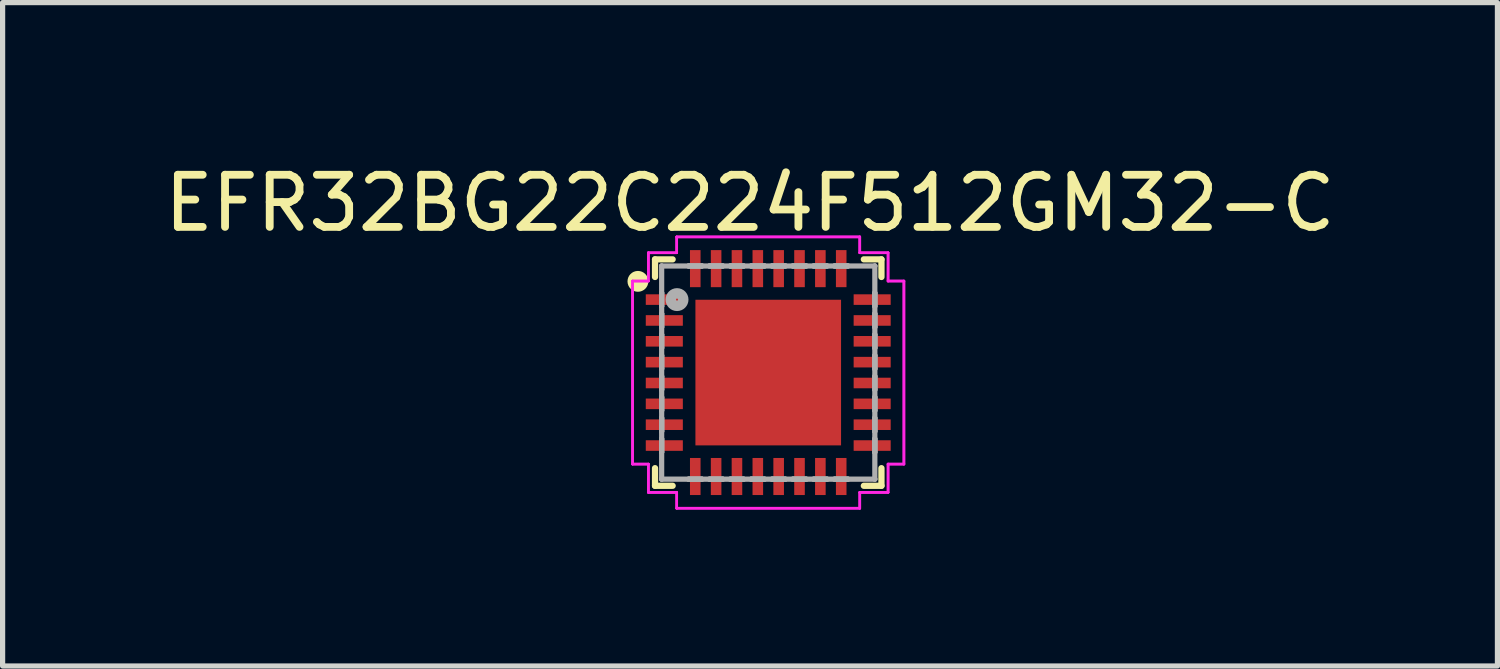
<source format=kicad_pcb>
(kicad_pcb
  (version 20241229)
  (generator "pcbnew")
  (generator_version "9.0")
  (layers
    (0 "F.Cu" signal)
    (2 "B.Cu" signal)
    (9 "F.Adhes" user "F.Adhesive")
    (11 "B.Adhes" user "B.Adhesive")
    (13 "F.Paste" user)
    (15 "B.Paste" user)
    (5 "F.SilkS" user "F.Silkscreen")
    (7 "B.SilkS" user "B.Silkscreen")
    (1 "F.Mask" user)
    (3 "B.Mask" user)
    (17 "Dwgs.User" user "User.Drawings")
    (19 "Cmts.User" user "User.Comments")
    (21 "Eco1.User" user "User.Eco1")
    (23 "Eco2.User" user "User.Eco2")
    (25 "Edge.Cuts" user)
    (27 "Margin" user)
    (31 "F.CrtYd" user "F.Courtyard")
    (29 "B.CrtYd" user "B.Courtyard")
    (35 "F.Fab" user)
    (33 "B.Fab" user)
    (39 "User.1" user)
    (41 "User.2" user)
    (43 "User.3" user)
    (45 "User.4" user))
  (footprint "EFR32BG22C224F512GM32-C"
    (layer "F.Cu")
    (at 11.689 4.098)
    (property "Reference" "EFR32BG22C224F512GM32-C" (at -0.35 -3.25 0) (layer "F.SilkS") (effects (font (size 1 1) (thickness 0.15))))
    (attr through_hole)
    (fp_line (start -2.172 -2.172) (end -2.172 -1.834) (stroke (width 0.12) (type solid)) (layer "F.SilkS"))
    (fp_line (start -2.172 1.834) (end -2.172 2.172) (stroke (width 0.12) (type solid)) (layer "F.SilkS"))
    (fp_line (start -2.172 2.172) (end -1.834 2.172) (stroke (width 0.12) (type solid)) (layer "F.SilkS"))
    (fp_line (start -1.834 -2.172) (end -2.172 -2.172) (stroke (width 0.12) (type solid)) (layer "F.SilkS"))
    (fp_line (start 1.834 2.172) (end 2.172 2.172) (stroke (width 0.12) (type solid)) (layer "F.SilkS"))
    (fp_line (start 2.172 -2.172) (end 1.834 -2.172) (stroke (width 0.12) (type solid)) (layer "F.SilkS"))
    (fp_line (start 2.172 -1.834) (end 2.172 -2.172) (stroke (width 0.12) (type solid)) (layer "F.SilkS"))
    (fp_line (start 2.172 2.172) (end 2.172 1.834) (stroke (width 0.12) (type solid)) (layer "F.SilkS"))
    (fp_circle (center -2.5 -1.75) (end -2.4 -1.75) (stroke (width 0.2) (type default)) (fill no) (layer "F.SilkS"))
    (fp_poly (pts (xy -1.297 -1.297) (xy -1.297 -0.1) (xy -0.1 -0.1) (xy -0.1 -1.297)) (stroke (width 0.1) (type solid)) (fill yes) (layer "F.Paste"))
    (fp_poly (pts (xy -1.297 0.1) (xy -1.297 1.297) (xy -0.1 1.297) (xy -0.1 0.1)) (stroke (width 0.1) (type solid)) (fill yes) (layer "F.Paste"))
    (fp_poly (pts (xy 0.1 -1.297) (xy 0.1 -0.1) (xy 1.297 -0.1) (xy 1.297 -1.297)) (stroke (width 0.1) (type solid)) (fill yes) (layer "F.Paste"))
    (fp_poly (pts (xy 0.1 0.1) (xy 0.1 1.297) (xy 1.297 1.297) (xy 1.297 0.1)) (stroke (width 0.1) (type solid)) (fill yes) (layer "F.Paste"))
    (fp_line (start -2.603 -1.756) (end -2.299 -1.756) (stroke (width 0.05) (type solid)) (layer "F.CrtYd"))
    (fp_line (start -2.603 -1.756) (end -2.299 -1.756) (stroke (width 0.05) (type solid)) (layer "F.CrtYd"))
    (fp_line (start -2.603 1.756) (end -2.603 -1.756) (stroke (width 0.05) (type solid)) (layer "F.CrtYd"))
    (fp_line (start -2.603 1.756) (end -2.603 -1.756) (stroke (width 0.05) (type solid)) (layer "F.CrtYd"))
    (fp_line (start -2.299 -2.299) (end -1.756 -2.299) (stroke (width 0.05) (type solid)) (layer "F.CrtYd"))
    (fp_line (start -2.299 -2.299) (end -1.756 -2.299) (stroke (width 0.05) (type solid)) (layer "F.CrtYd"))
    (fp_line (start -2.299 -1.756) (end -2.299 -2.299) (stroke (width 0.05) (type solid)) (layer "F.CrtYd"))
    (fp_line (start -2.299 -1.756) (end -2.299 -2.299) (stroke (width 0.05) (type solid)) (layer "F.CrtYd"))
    (fp_line (start -2.299 1.756) (end -2.603 1.756) (stroke (width 0.05) (type solid)) (layer "F.CrtYd"))
    (fp_line (start -2.299 1.756) (end -2.603 1.756) (stroke (width 0.05) (type solid)) (layer "F.CrtYd"))
    (fp_line (start -2.299 2.299) (end -2.299 1.756) (stroke (width 0.05) (type solid)) (layer "F.CrtYd"))
    (fp_line (start -2.299 2.299) (end -2.299 1.756) (stroke (width 0.05) (type solid)) (layer "F.CrtYd"))
    (fp_line (start -1.756 -2.603) (end 1.756 -2.603) (stroke (width 0.05) (type solid)) (layer "F.CrtYd"))
    (fp_line (start -1.756 -2.603) (end 1.756 -2.603) (stroke (width 0.05) (type solid)) (layer "F.CrtYd"))
    (fp_line (start -1.756 -2.299) (end -1.756 -2.603) (stroke (width 0.05) (type solid)) (layer "F.CrtYd"))
    (fp_line (start -1.756 -2.299) (end -1.756 -2.603) (stroke (width 0.05) (type solid)) (layer "F.CrtYd"))
    (fp_line (start -1.756 2.299) (end -2.299 2.299) (stroke (width 0.05) (type solid)) (layer "F.CrtYd"))
    (fp_line (start -1.756 2.299) (end -2.299 2.299) (stroke (width 0.05) (type solid)) (layer "F.CrtYd"))
    (fp_line (start -1.756 2.603) (end -1.756 2.299) (stroke (width 0.05) (type solid)) (layer "F.CrtYd"))
    (fp_line (start -1.756 2.603) (end -1.756 2.299) (stroke (width 0.05) (type solid)) (layer "F.CrtYd"))
    (fp_line (start 1.756 -2.603) (end 1.756 -2.299) (stroke (width 0.05) (type solid)) (layer "F.CrtYd"))
    (fp_line (start 1.756 -2.603) (end 1.756 -2.299) (stroke (width 0.05) (type solid)) (layer "F.CrtYd"))
    (fp_line (start 1.756 -2.299) (end 2.299 -2.299) (stroke (width 0.05) (type solid)) (layer "F.CrtYd"))
    (fp_line (start 1.756 -2.299) (end 2.299 -2.299) (stroke (width 0.05) (type solid)) (layer "F.CrtYd"))
    (fp_line (start 1.756 2.299) (end 1.756 2.603) (stroke (width 0.05) (type solid)) (layer "F.CrtYd"))
    (fp_line (start 1.756 2.299) (end 1.756 2.603) (stroke (width 0.05) (type solid)) (layer "F.CrtYd"))
    (fp_line (start 1.756 2.603) (end -1.756 2.603) (stroke (width 0.05) (type solid)) (layer "F.CrtYd"))
    (fp_line (start 1.756 2.603) (end -1.756 2.603) (stroke (width 0.05) (type solid)) (layer "F.CrtYd"))
    (fp_line (start 2.299 -2.299) (end 2.299 -1.756) (stroke (width 0.05) (type solid)) (layer "F.CrtYd"))
    (fp_line (start 2.299 -2.299) (end 2.299 -1.756) (stroke (width 0.05) (type solid)) (layer "F.CrtYd"))
    (fp_line (start 2.299 -1.756) (end 2.603 -1.756) (stroke (width 0.05) (type solid)) (layer "F.CrtYd"))
    (fp_line (start 2.299 -1.756) (end 2.603 -1.756) (stroke (width 0.05) (type solid)) (layer "F.CrtYd"))
    (fp_line (start 2.299 1.756) (end 2.299 2.299) (stroke (width 0.05) (type solid)) (layer "F.CrtYd"))
    (fp_line (start 2.299 1.756) (end 2.299 2.299) (stroke (width 0.05) (type solid)) (layer "F.CrtYd"))
    (fp_line (start 2.299 2.299) (end 1.756 2.299) (stroke (width 0.05) (type solid)) (layer "F.CrtYd"))
    (fp_line (start 2.299 2.299) (end 1.756 2.299) (stroke (width 0.05) (type solid)) (layer "F.CrtYd"))
    (fp_line (start 2.603 -1.756) (end 2.603 1.756) (stroke (width 0.05) (type solid)) (layer "F.CrtYd"))
    (fp_line (start 2.603 -1.756) (end 2.603 1.756) (stroke (width 0.05) (type solid)) (layer "F.CrtYd"))
    (fp_line (start 2.603 1.756) (end 2.299 1.756) (stroke (width 0.05) (type solid)) (layer "F.CrtYd"))
    (fp_line (start 2.603 1.756) (end 2.299 1.756) (stroke (width 0.05) (type solid)) (layer "F.CrtYd"))
    (fp_line (start -2.045 -2.045) (end -2.045 -2.045) (stroke (width 0.1) (type solid)) (layer "F.Fab"))
    (fp_line (start -2.045 -2.045) (end -2.045 2.045) (stroke (width 0.1) (type solid)) (layer "F.Fab"))
    (fp_line (start -2.045 -1.527) (end -2.045 -1.527) (stroke (width 0.1) (type solid)) (layer "F.Fab"))
    (fp_line (start -2.045 -1.527) (end -2.045 -1.273) (stroke (width 0.1) (type solid)) (layer "F.Fab"))
    (fp_line (start -2.045 -1.273) (end -2.045 -1.527) (stroke (width 0.1) (type solid)) (layer "F.Fab"))
    (fp_line (start -2.045 -1.273) (end -2.045 -1.273) (stroke (width 0.1) (type solid)) (layer "F.Fab"))
    (fp_line (start -2.045 -1.127) (end -2.045 -1.127) (stroke (width 0.1) (type solid)) (layer "F.Fab"))
    (fp_line (start -2.045 -1.127) (end -2.045 -0.873) (stroke (width 0.1) (type solid)) (layer "F.Fab"))
    (fp_line (start -2.045 -0.873) (end -2.045 -1.127) (stroke (width 0.1) (type solid)) (layer "F.Fab"))
    (fp_line (start -2.045 -0.873) (end -2.045 -0.873) (stroke (width 0.1) (type solid)) (layer "F.Fab"))
    (fp_line (start -2.045 -0.727) (end -2.045 -0.727) (stroke (width 0.1) (type solid)) (layer "F.Fab"))
    (fp_line (start -2.045 -0.727) (end -2.045 -0.473) (stroke (width 0.1) (type solid)) (layer "F.Fab"))
    (fp_line (start -2.045 -0.473) (end -2.045 -0.727) (stroke (width 0.1) (type solid)) (layer "F.Fab"))
    (fp_line (start -2.045 -0.473) (end -2.045 -0.473) (stroke (width 0.1) (type solid)) (layer "F.Fab"))
    (fp_line (start -2.045 -0.327) (end -2.045 -0.327) (stroke (width 0.1) (type solid)) (layer "F.Fab"))
    (fp_line (start -2.045 -0.327) (end -2.045 -0.073) (stroke (width 0.1) (type solid)) (layer "F.Fab"))
    (fp_line (start -2.045 -0.073) (end -2.045 -0.327) (stroke (width 0.1) (type solid)) (layer "F.Fab"))
    (fp_line (start -2.045 -0.073) (end -2.045 -0.073) (stroke (width 0.1) (type solid)) (layer "F.Fab"))
    (fp_line (start -2.045 0.073) (end -2.045 0.073) (stroke (width 0.1) (type solid)) (layer "F.Fab"))
    (fp_line (start -2.045 0.073) (end -2.045 0.327) (stroke (width 0.1) (type solid)) (layer "F.Fab"))
    (fp_line (start -2.045 0.327) (end -2.045 0.073) (stroke (width 0.1) (type solid)) (layer "F.Fab"))
    (fp_line (start -2.045 0.327) (end -2.045 0.327) (stroke (width 0.1) (type solid)) (layer "F.Fab"))
    (fp_line (start -2.045 0.473) (end -2.045 0.473) (stroke (width 0.1) (type solid)) (layer "F.Fab"))
    (fp_line (start -2.045 0.473) (end -2.045 0.727) (stroke (width 0.1) (type solid)) (layer "F.Fab"))
    (fp_line (start -2.045 0.727) (end -2.045 0.473) (stroke (width 0.1) (type solid)) (layer "F.Fab"))
    (fp_line (start -2.045 0.727) (end -2.045 0.727) (stroke (width 0.1) (type solid)) (layer "F.Fab"))
    (fp_line (start -2.045 0.873) (end -2.045 0.873) (stroke (width 0.1) (type solid)) (layer "F.Fab"))
    (fp_line (start -2.045 0.873) (end -2.045 1.127) (stroke (width 0.1) (type solid)) (layer "F.Fab"))
    (fp_line (start -2.045 1.127) (end -2.045 0.873) (stroke (width 0.1) (type solid)) (layer "F.Fab"))
    (fp_line (start -2.045 1.127) (end -2.045 1.127) (stroke (width 0.1) (type solid)) (layer "F.Fab"))
    (fp_line (start -2.045 1.273) (end -2.045 1.273) (stroke (width 0.1) (type solid)) (layer "F.Fab"))
    (fp_line (start -2.045 1.273) (end -2.045 1.527) (stroke (width 0.1) (type solid)) (layer "F.Fab"))
    (fp_line (start -2.045 1.527) (end -2.045 1.273) (stroke (width 0.1) (type solid)) (layer "F.Fab"))
    (fp_line (start -2.045 1.527) (end -2.045 1.527) (stroke (width 0.1) (type solid)) (layer "F.Fab"))
    (fp_line (start -2.045 2.045) (end -2.045 2.045) (stroke (width 0.1) (type solid)) (layer "F.Fab"))
    (fp_line (start -2.045 2.045) (end 2.045 2.045) (stroke (width 0.1) (type solid)) (layer "F.Fab"))
    (fp_line (start -1.527 -2.045) (end -1.527 -2.045) (stroke (width 0.1) (type solid)) (layer "F.Fab"))
    (fp_line (start -1.527 -2.045) (end -1.273 -2.045) (stroke (width 0.1) (type solid)) (layer "F.Fab"))
    (fp_line (start -1.527 2.045) (end -1.527 2.045) (stroke (width 0.1) (type solid)) (layer "F.Fab"))
    (fp_line (start -1.527 2.045) (end -1.273 2.045) (stroke (width 0.1) (type solid)) (layer "F.Fab"))
    (fp_line (start -1.273 -2.045) (end -1.527 -2.045) (stroke (width 0.1) (type solid)) (layer "F.Fab"))
    (fp_line (start -1.273 -2.045) (end -1.273 -2.045) (stroke (width 0.1) (type solid)) (layer "F.Fab"))
    (fp_line (start -1.273 2.045) (end -1.527 2.045) (stroke (width 0.1) (type solid)) (layer "F.Fab"))
    (fp_line (start -1.273 2.045) (end -1.273 2.045) (stroke (width 0.1) (type solid)) (layer "F.Fab"))
    (fp_line (start -1.127 -2.045) (end -1.127 -2.045) (stroke (width 0.1) (type solid)) (layer "F.Fab"))
    (fp_line (start -1.127 -2.045) (end -0.873 -2.045) (stroke (width 0.1) (type solid)) (layer "F.Fab"))
    (fp_line (start -1.127 2.045) (end -1.127 2.045) (stroke (width 0.1) (type solid)) (layer "F.Fab"))
    (fp_line (start -1.127 2.045) (end -0.873 2.045) (stroke (width 0.1) (type solid)) (layer "F.Fab"))
    (fp_line (start -0.873 -2.045) (end -1.127 -2.045) (stroke (width 0.1) (type solid)) (layer "F.Fab"))
    (fp_line (start -0.873 -2.045) (end -0.873 -2.045) (stroke (width 0.1) (type solid)) (layer "F.Fab"))
    (fp_line (start -0.873 2.045) (end -1.127 2.045) (stroke (width 0.1) (type solid)) (layer "F.Fab"))
    (fp_line (start -0.873 2.045) (end -0.873 2.045) (stroke (width 0.1) (type solid)) (layer "F.Fab"))
    (fp_line (start -0.727 -2.045) (end -0.727 -2.045) (stroke (width 0.1) (type solid)) (layer "F.Fab"))
    (fp_line (start -0.727 -2.045) (end -0.473 -2.045) (stroke (width 0.1) (type solid)) (layer "F.Fab"))
    (fp_line (start -0.727 2.045) (end -0.727 2.045) (stroke (width 0.1) (type solid)) (layer "F.Fab"))
    (fp_line (start -0.727 2.045) (end -0.473 2.045) (stroke (width 0.1) (type solid)) (layer "F.Fab"))
    (fp_line (start -0.473 -2.045) (end -0.727 -2.045) (stroke (width 0.1) (type solid)) (layer "F.Fab"))
    (fp_line (start -0.473 -2.045) (end -0.473 -2.045) (stroke (width 0.1) (type solid)) (layer "F.Fab"))
    (fp_line (start -0.473 2.045) (end -0.727 2.045) (stroke (width 0.1) (type solid)) (layer "F.Fab"))
    (fp_line (start -0.473 2.045) (end -0.473 2.045) (stroke (width 0.1) (type solid)) (layer "F.Fab"))
    (fp_line (start -0.327 -2.045) (end -0.327 -2.045) (stroke (width 0.1) (type solid)) (layer "F.Fab"))
    (fp_line (start -0.327 -2.045) (end -0.073 -2.045) (stroke (width 0.1) (type solid)) (layer "F.Fab"))
    (fp_line (start -0.327 2.045) (end -0.327 2.045) (stroke (width 0.1) (type solid)) (layer "F.Fab"))
    (fp_line (start -0.327 2.045) (end -0.073 2.045) (stroke (width 0.1) (type solid)) (layer "F.Fab"))
    (fp_line (start -0.073 -2.045) (end -0.327 -2.045) (stroke (width 0.1) (type solid)) (layer "F.Fab"))
    (fp_line (start -0.073 -2.045) (end -0.073 -2.045) (stroke (width 0.1) (type solid)) (layer "F.Fab"))
    (fp_line (start -0.073 2.045) (end -0.327 2.045) (stroke (width 0.1) (type solid)) (layer "F.Fab"))
    (fp_line (start -0.073 2.045) (end -0.073 2.045) (stroke (width 0.1) (type solid)) (layer "F.Fab"))
    (fp_line (start 0.073 -2.045) (end 0.073 -2.045) (stroke (width 0.1) (type solid)) (layer "F.Fab"))
    (fp_line (start 0.073 -2.045) (end 0.327 -2.045) (stroke (width 0.1) (type solid)) (layer "F.Fab"))
    (fp_line (start 0.073 2.045) (end 0.073 2.045) (stroke (width 0.1) (type solid)) (layer "F.Fab"))
    (fp_line (start 0.073 2.045) (end 0.327 2.045) (stroke (width 0.1) (type solid)) (layer "F.Fab"))
    (fp_line (start 0.327 -2.045) (end 0.073 -2.045) (stroke (width 0.1) (type solid)) (layer "F.Fab"))
    (fp_line (start 0.327 -2.045) (end 0.327 -2.045) (stroke (width 0.1) (type solid)) (layer "F.Fab"))
    (fp_line (start 0.327 2.045) (end 0.073 2.045) (stroke (width 0.1) (type solid)) (layer "F.Fab"))
    (fp_line (start 0.327 2.045) (end 0.327 2.045) (stroke (width 0.1) (type solid)) (layer "F.Fab"))
    (fp_line (start 0.473 -2.045) (end 0.473 -2.045) (stroke (width 0.1) (type solid)) (layer "F.Fab"))
    (fp_line (start 0.473 -2.045) (end 0.727 -2.045) (stroke (width 0.1) (type solid)) (layer "F.Fab"))
    (fp_line (start 0.473 2.045) (end 0.473 2.045) (stroke (width 0.1) (type solid)) (layer "F.Fab"))
    (fp_line (start 0.473 2.045) (end 0.727 2.045) (stroke (width 0.1) (type solid)) (layer "F.Fab"))
    (fp_line (start 0.727 -2.045) (end 0.473 -2.045) (stroke (width 0.1) (type solid)) (layer "F.Fab"))
    (fp_line (start 0.727 -2.045) (end 0.727 -2.045) (stroke (width 0.1) (type solid)) (layer "F.Fab"))
    (fp_line (start 0.727 2.045) (end 0.473 2.045) (stroke (width 0.1) (type solid)) (layer "F.Fab"))
    (fp_line (start 0.727 2.045) (end 0.727 2.045) (stroke (width 0.1) (type solid)) (layer "F.Fab"))
    (fp_line (start 0.873 -2.045) (end 0.873 -2.045) (stroke (width 0.1) (type solid)) (layer "F.Fab"))
    (fp_line (start 0.873 -2.045) (end 1.127 -2.045) (stroke (width 0.1) (type solid)) (layer "F.Fab"))
    (fp_line (start 0.873 2.045) (end 0.873 2.045) (stroke (width 0.1) (type solid)) (layer "F.Fab"))
    (fp_line (start 0.873 2.045) (end 1.127 2.045) (stroke (width 0.1) (type solid)) (layer "F.Fab"))
    (fp_line (start 1.127 -2.045) (end 0.873 -2.045) (stroke (width 0.1) (type solid)) (layer "F.Fab"))
    (fp_line (start 1.127 -2.045) (end 1.127 -2.045) (stroke (width 0.1) (type solid)) (layer "F.Fab"))
    (fp_line (start 1.127 2.045) (end 0.873 2.045) (stroke (width 0.1) (type solid)) (layer "F.Fab"))
    (fp_line (start 1.127 2.045) (end 1.127 2.045) (stroke (width 0.1) (type solid)) (layer "F.Fab"))
    (fp_line (start 1.273 -2.045) (end 1.273 -2.045) (stroke (width 0.1) (type solid)) (layer "F.Fab"))
    (fp_line (start 1.273 -2.045) (end 1.527 -2.045) (stroke (width 0.1) (type solid)) (layer "F.Fab"))
    (fp_line (start 1.273 2.045) (end 1.273 2.045) (stroke (width 0.1) (type solid)) (layer "F.Fab"))
    (fp_line (start 1.273 2.045) (end 1.527 2.045) (stroke (width 0.1) (type solid)) (layer "F.Fab"))
    (fp_line (start 1.527 -2.045) (end 1.273 -2.045) (stroke (width 0.1) (type solid)) (layer "F.Fab"))
    (fp_line (start 1.527 -2.045) (end 1.527 -2.045) (stroke (width 0.1) (type solid)) (layer "F.Fab"))
    (fp_line (start 1.527 2.045) (end 1.273 2.045) (stroke (width 0.1) (type solid)) (layer "F.Fab"))
    (fp_line (start 1.527 2.045) (end 1.527 2.045) (stroke (width 0.1) (type solid)) (layer "F.Fab"))
    (fp_line (start 2.045 -2.045) (end -2.045 -2.045) (stroke (width 0.1) (type solid)) (layer "F.Fab"))
    (fp_line (start 2.045 -2.045) (end 2.045 -2.045) (stroke (width 0.1) (type solid)) (layer "F.Fab"))
    (fp_line (start 2.045 -1.527) (end 2.045 -1.527) (stroke (width 0.1) (type solid)) (layer "F.Fab"))
    (fp_line (start 2.045 -1.527) (end 2.045 -1.273) (stroke (width 0.1) (type solid)) (layer "F.Fab"))
    (fp_line (start 2.045 -1.273) (end 2.045 -1.527) (stroke (width 0.1) (type solid)) (layer "F.Fab"))
    (fp_line (start 2.045 -1.273) (end 2.045 -1.273) (stroke (width 0.1) (type solid)) (layer "F.Fab"))
    (fp_line (start 2.045 -1.127) (end 2.045 -1.127) (stroke (width 0.1) (type solid)) (layer "F.Fab"))
    (fp_line (start 2.045 -1.127) (end 2.045 -0.873) (stroke (width 0.1) (type solid)) (layer "F.Fab"))
    (fp_line (start 2.045 -0.873) (end 2.045 -1.127) (stroke (width 0.1) (type solid)) (layer "F.Fab"))
    (fp_line (start 2.045 -0.873) (end 2.045 -0.873) (stroke (width 0.1) (type solid)) (layer "F.Fab"))
    (fp_line (start 2.045 -0.727) (end 2.045 -0.727) (stroke (width 0.1) (type solid)) (layer "F.Fab"))
    (fp_line (start 2.045 -0.727) (end 2.045 -0.473) (stroke (width 0.1) (type solid)) (layer "F.Fab"))
    (fp_line (start 2.045 -0.473) (end 2.045 -0.727) (stroke (width 0.1) (type solid)) (layer "F.Fab"))
    (fp_line (start 2.045 -0.473) (end 2.045 -0.473) (stroke (width 0.1) (type solid)) (layer "F.Fab"))
    (fp_line (start 2.045 -0.327) (end 2.045 -0.327) (stroke (width 0.1) (type solid)) (layer "F.Fab"))
    (fp_line (start 2.045 -0.327) (end 2.045 -0.073) (stroke (width 0.1) (type solid)) (layer "F.Fab"))
    (fp_line (start 2.045 -0.073) (end 2.045 -0.327) (stroke (width 0.1) (type solid)) (layer "F.Fab"))
    (fp_line (start 2.045 -0.073) (end 2.045 -0.073) (stroke (width 0.1) (type solid)) (layer "F.Fab"))
    (fp_line (start 2.045 0.073) (end 2.045 0.073) (stroke (width 0.1) (type solid)) (layer "F.Fab"))
    (fp_line (start 2.045 0.073) (end 2.045 0.327) (stroke (width 0.1) (type solid)) (layer "F.Fab"))
    (fp_line (start 2.045 0.327) (end 2.045 0.073) (stroke (width 0.1) (type solid)) (layer "F.Fab"))
    (fp_line (start 2.045 0.327) (end 2.045 0.327) (stroke (width 0.1) (type solid)) (layer "F.Fab"))
    (fp_line (start 2.045 0.473) (end 2.045 0.473) (stroke (width 0.1) (type solid)) (layer "F.Fab"))
    (fp_line (start 2.045 0.473) (end 2.045 0.727) (stroke (width 0.1) (type solid)) (layer "F.Fab"))
    (fp_line (start 2.045 0.727) (end 2.045 0.473) (stroke (width 0.1) (type solid)) (layer "F.Fab"))
    (fp_line (start 2.045 0.727) (end 2.045 0.727) (stroke (width 0.1) (type solid)) (layer "F.Fab"))
    (fp_line (start 2.045 0.873) (end 2.045 0.873) (stroke (width 0.1) (type solid)) (layer "F.Fab"))
    (fp_line (start 2.045 0.873) (end 2.045 1.127) (stroke (width 0.1) (type solid)) (layer "F.Fab"))
    (fp_line (start 2.045 1.127) (end 2.045 0.873) (stroke (width 0.1) (type solid)) (layer "F.Fab"))
    (fp_line (start 2.045 1.127) (end 2.045 1.127) (stroke (width 0.1) (type solid)) (layer "F.Fab"))
    (fp_line (start 2.045 1.273) (end 2.045 1.273) (stroke (width 0.1) (type solid)) (layer "F.Fab"))
    (fp_line (start 2.045 1.273) (end 2.045 1.527) (stroke (width 0.1) (type solid)) (layer "F.Fab"))
    (fp_line (start 2.045 1.527) (end 2.045 1.273) (stroke (width 0.1) (type solid)) (layer "F.Fab"))
    (fp_line (start 2.045 1.527) (end 2.045 1.527) (stroke (width 0.1) (type solid)) (layer "F.Fab"))
    (fp_line (start 2.045 2.045) (end 2.045 -2.045) (stroke (width 0.1) (type solid)) (layer "F.Fab"))
    (fp_line (start 2.045 2.045) (end 2.045 2.045) (stroke (width 0.1) (type solid)) (layer "F.Fab"))
    (fp_circle (center -1.75 -1.4) (end -1.63 -1.4) (stroke (width 0.2) (type default)) (fill no) (layer "F.Fab"))
    (pad "1" smd rect (at -1.994 -1.4 90) (size 0.203 0.711) (layers "F.Cu" "F.Mask" "F.Paste"))
    (pad "2" smd rect (at -1.994 -1 90) (size 0.203 0.711) (layers "F.Cu" "F.Mask" "F.Paste"))
    (pad "3" smd rect (at -1.994 -0.6 90) (size 0.203 0.711) (layers "F.Cu" "F.Mask" "F.Paste"))
    (pad "4" smd rect (at -1.994 -0.2 90) (size 0.203 0.711) (layers "F.Cu" "F.Mask" "F.Paste"))
    (pad "5" smd rect (at -1.994 0.2 90) (size 0.203 0.711) (layers "F.Cu" "F.Mask" "F.Paste"))
    (pad "6" smd rect (at -1.994 0.6 90) (size 0.203 0.711) (layers "F.Cu" "F.Mask" "F.Paste"))
    (pad "7" smd rect (at -1.994 1 90) (size 0.203 0.711) (layers "F.Cu" "F.Mask" "F.Paste"))
    (pad "8" smd rect (at -1.994 1.4 90) (size 0.203 0.711) (layers "F.Cu" "F.Mask" "F.Paste"))
    (pad "9" smd rect (at -1.4 1.994) (size 0.203 0.711) (layers "F.Cu" "F.Mask" "F.Paste"))
    (pad "10" smd rect (at -1 1.994) (size 0.203 0.711) (layers "F.Cu" "F.Mask" "F.Paste"))
    (pad "11" smd rect (at -0.6 1.994) (size 0.203 0.711) (layers "F.Cu" "F.Mask" "F.Paste"))
    (pad "12" smd rect (at -0.2 1.994) (size 0.203 0.711) (layers "F.Cu" "F.Mask" "F.Paste"))
    (pad "13" smd rect (at 0.2 1.994) (size 0.203 0.711) (layers "F.Cu" "F.Mask" "F.Paste"))
    (pad "14" smd rect (at 0.6 1.994) (size 0.203 0.711) (layers "F.Cu" "F.Mask" "F.Paste"))
    (pad "15" smd rect (at 1 1.994) (size 0.203 0.711) (layers "F.Cu" "F.Mask" "F.Paste"))
    (pad "16" smd rect (at 1.4 1.994) (size 0.203 0.711) (layers "F.Cu" "F.Mask" "F.Paste"))
    (pad "17" smd rect (at 1.994 1.4 90) (size 0.203 0.711) (layers "F.Cu" "F.Mask" "F.Paste"))
    (pad "18" smd rect (at 1.994 1 90) (size 0.203 0.711) (layers "F.Cu" "F.Mask" "F.Paste"))
    (pad "19" smd rect (at 1.994 0.6 90) (size 0.203 0.711) (layers "F.Cu" "F.Mask" "F.Paste"))
    (pad "20" smd rect (at 1.994 0.2 90) (size 0.203 0.711) (layers "F.Cu" "F.Mask" "F.Paste"))
    (pad "21" smd rect (at 1.994 -0.2 90) (size 0.203 0.711) (layers "F.Cu" "F.Mask" "F.Paste"))
    (pad "22" smd rect (at 1.994 -0.6 90) (size 0.203 0.711) (layers "F.Cu" "F.Mask" "F.Paste"))
    (pad "23" smd rect (at 1.994 -1 90) (size 0.203 0.711) (layers "F.Cu" "F.Mask" "F.Paste"))
    (pad "24" smd rect (at 1.994 -1.4 90) (size 0.203 0.711) (layers "F.Cu" "F.Mask" "F.Paste"))
    (pad "25" smd rect (at 1.4 -1.994) (size 0.203 0.711) (layers "F.Cu" "F.Mask" "F.Paste"))
    (pad "26" smd rect (at 1 -1.994) (size 0.203 0.711) (layers "F.Cu" "F.Mask" "F.Paste"))
    (pad "27" smd rect (at 0.6 -1.994) (size 0.203 0.711) (layers "F.Cu" "F.Mask" "F.Paste"))
    (pad "28" smd rect (at 0.2 -1.994) (size 0.203 0.711) (layers "F.Cu" "F.Mask" "F.Paste"))
    (pad "29" smd rect (at -0.2 -1.994) (size 0.203 0.711) (layers "F.Cu" "F.Mask" "F.Paste"))
    (pad "30" smd rect (at -0.6 -1.994) (size 0.203 0.711) (layers "F.Cu" "F.Mask" "F.Paste"))
    (pad "31" smd rect (at -1 -1.994) (size 0.203 0.711) (layers "F.Cu" "F.Mask" "F.Paste"))
    (pad "32" smd rect (at -1.4 -1.994) (size 0.203 0.711) (layers "F.Cu" "F.Mask" "F.Paste"))
    (pad "33" smd rect (at 0 0) (size 2.794 2.794) (layers "F.Cu" "F.Mask")))
  (gr_rect
    (start -3 -3)
    (end 25.679 9.727)
    (stroke (width 0.1) (type default))
    (fill no)
    (layer "Edge.Cuts")))
</source>
